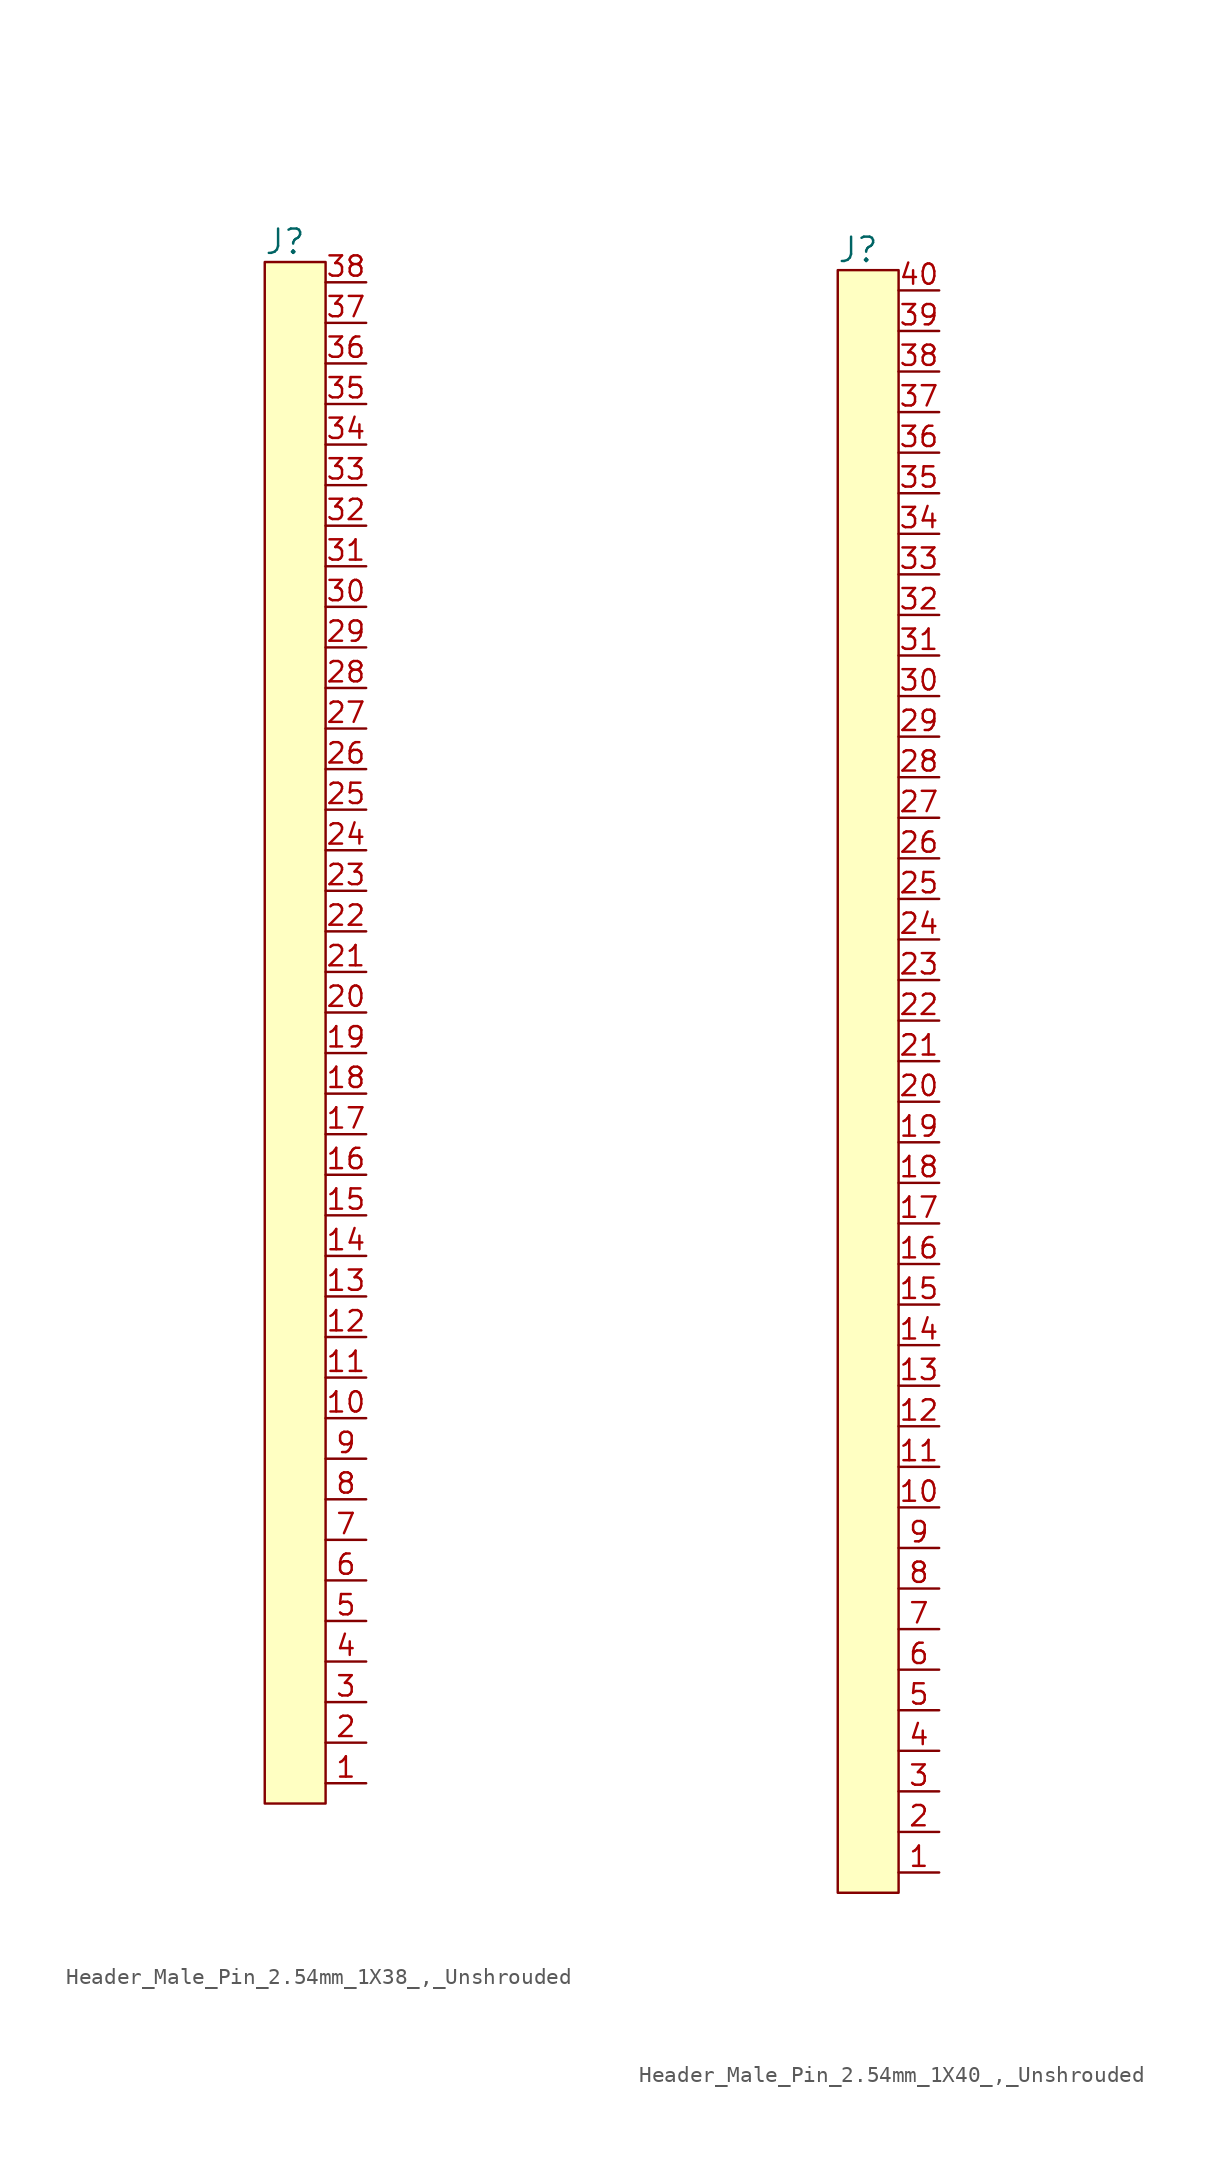
<source format=kicad_sym>
(kicad_symbol_lib
  (version 20220914)
  (generator kicad_symbol_editor)
  (symbol "Header_Male_Pin_2.54mm_1X38_,_Unshrouded"
    (pin_names
      (offset 0) hide)
    (property "Reference" "J"
      (at -2.54 96.52 0)
      (effects (font (size 1.524 1.524))))
    (symbol "Header_Male_Pin_2.54mm_1X38_,_Unshrouded_0_0"
      (rectangle (start -3.81 95.25) (end 0 -1.27) (stroke (width 0) (type default)) (fill (type background))))
    (symbol "Header_Male_Pin_2.54mm_1X38_,_Unshrouded_1_1"
      (pin passive line (at 2.54 0 180) (length 2.54) (name "~" (effects (font (size 1.016 1.016)))) (number "1" (effects (font (size 1.27 1.27)))))
      (pin passive line (at 2.54 22.86 180) (length 2.54) (name "~" (effects (font (size 1.27 1.27)))) (number "10" (effects (font (size 1.27 1.27)))))
      (pin passive line (at 2.54 25.4 180) (length 2.54) (name "~" (effects (font (size 1.27 1.27)))) (number "11" (effects (font (size 1.27 1.27)))))
      (pin passive line (at 2.54 27.94 180) (length 2.54) (name "~" (effects (font (size 1.27 1.27)))) (number "12" (effects (font (size 1.27 1.27)))))
      (pin passive line (at 2.54 30.48 180) (length 2.54) (name "~" (effects (font (size 1.27 1.27)))) (number "13" (effects (font (size 1.27 1.27)))))
      (pin passive line (at 2.54 33.02 180) (length 2.54) (name "~" (effects (font (size 1.27 1.27)))) (number "14" (effects (font (size 1.27 1.27)))))
      (pin passive line (at 2.54 35.56 180) (length 2.54) (name "~" (effects (font (size 1.27 1.27)))) (number "15" (effects (font (size 1.27 1.27)))))
      (pin passive line (at 2.54 38.1 180) (length 2.54) (name "~" (effects (font (size 1.27 1.27)))) (number "16" (effects (font (size 1.27 1.27)))))
      (pin passive line (at 2.54 40.64 180) (length 2.54) (name "~" (effects (font (size 1.27 1.27)))) (number "17" (effects (font (size 1.27 1.27)))))
      (pin passive line (at 2.54 43.18 180) (length 2.54) (name "~" (effects (font (size 1.27 1.27)))) (number "18" (effects (font (size 1.27 1.27)))))
      (pin passive line (at 2.54 45.72 180) (length 2.54) (name "~" (effects (font (size 1.27 1.27)))) (number "19" (effects (font (size 1.27 1.27)))))
      (pin passive line (at 2.54 2.54 180) (length 2.54) (name "~" (effects (font (size 1.27 1.27)))) (number "2" (effects (font (size 1.27 1.27)))))
      (pin passive line (at 2.54 48.26 180) (length 2.54) (name "~" (effects (font (size 1.27 1.27)))) (number "20" (effects (font (size 1.27 1.27)))))
      (pin passive line (at 2.54 50.8 180) (length 2.54) (name "~" (effects (font (size 1.27 1.27)))) (number "21" (effects (font (size 1.27 1.27)))))
      (pin passive line (at 2.54 53.34 180) (length 2.54) (name "~" (effects (font (size 1.27 1.27)))) (number "22" (effects (font (size 1.27 1.27)))))
      (pin passive line (at 2.54 55.88 180) (length 2.54) (name "~" (effects (font (size 1.27 1.27)))) (number "23" (effects (font (size 1.27 1.27)))))
      (pin passive line (at 2.54 58.42 180) (length 2.54) (name "~" (effects (font (size 1.27 1.27)))) (number "24" (effects (font (size 1.27 1.27)))))
      (pin passive line (at 2.54 60.96 180) (length 2.54) (name "~" (effects (font (size 1.27 1.27)))) (number "25" (effects (font (size 1.27 1.27)))))
      (pin passive line (at 2.54 63.5 180) (length 2.54) (name "~" (effects (font (size 1.27 1.27)))) (number "26" (effects (font (size 1.27 1.27)))))
      (pin passive line (at 2.54 66.04 180) (length 2.54) (name "~" (effects (font (size 1.27 1.27)))) (number "27" (effects (font (size 1.27 1.27)))))
      (pin passive line (at 2.54 68.58 180) (length 2.54) (name "~" (effects (font (size 1.27 1.27)))) (number "28" (effects (font (size 1.27 1.27)))))
      (pin passive line (at 2.54 71.12 180) (length 2.54) (name "~" (effects (font (size 1.27 1.27)))) (number "29" (effects (font (size 1.27 1.27)))))
      (pin passive line (at 2.54 5.08 180) (length 2.54) (name "~" (effects (font (size 1.27 1.27)))) (number "3" (effects (font (size 1.27 1.27)))))
      (pin passive line (at 2.54 73.66 180) (length 2.54) (name "~" (effects (font (size 1.27 1.27)))) (number "30" (effects (font (size 1.27 1.27)))))
      (pin passive line (at 2.54 76.2 180) (length 2.54) (name "~" (effects (font (size 1.27 1.27)))) (number "31" (effects (font (size 1.27 1.27)))))
      (pin passive line (at 2.54 78.74 180) (length 2.54) (name "~" (effects (font (size 1.27 1.27)))) (number "32" (effects (font (size 1.27 1.27)))))
      (pin passive line (at 2.54 81.28 180) (length 2.54) (name "~" (effects (font (size 1.27 1.27)))) (number "33" (effects (font (size 1.27 1.27)))))
      (pin passive line (at 2.54 83.82 180) (length 2.54) (name "~" (effects (font (size 1.27 1.27)))) (number "34" (effects (font (size 1.27 1.27)))))
      (pin passive line (at 2.54 86.36 180) (length 2.54) (name "~" (effects (font (size 1.27 1.27)))) (number "35" (effects (font (size 1.27 1.27)))))
      (pin passive line (at 2.54 88.9 180) (length 2.54) (name "~" (effects (font (size 1.27 1.27)))) (number "36" (effects (font (size 1.27 1.27)))))
      (pin passive line (at 2.54 91.44 180) (length 2.54) (name "~" (effects (font (size 1.27 1.27)))) (number "37" (effects (font (size 1.27 1.27)))))
      (pin passive line (at 2.54 93.98 180) (length 2.54) (name "~" (effects (font (size 1.27 1.27)))) (number "38" (effects (font (size 1.27 1.27)))))
      (pin passive line (at 2.54 7.62 180) (length 2.54) (name "~" (effects (font (size 1.27 1.27)))) (number "4" (effects (font (size 1.27 1.27)))))
      (pin passive line (at 2.54 10.16 180) (length 2.54) (name "~" (effects (font (size 1.27 1.27)))) (number "5" (effects (font (size 1.27 1.27)))))
      (pin passive line (at 2.54 12.7 180) (length 2.54) (name "~" (effects (font (size 1.27 1.27)))) (number "6" (effects (font (size 1.27 1.27)))))
      (pin passive line (at 2.54 15.24 180) (length 2.54) (name "~" (effects (font (size 1.27 1.27)))) (number "7" (effects (font (size 1.27 1.27)))))
      (pin passive line (at 2.54 17.78 180) (length 2.54) (name "~" (effects (font (size 1.27 1.27)))) (number "8" (effects (font (size 1.27 1.27)))))
      (pin passive line (at 2.54 20.32 180) (length 2.54) (name "~" (effects (font (size 1.27 1.27)))) (number "9" (effects (font (size 1.27 1.27)))))))
  (symbol "Header_Male_Pin_2.54mm_1X40_,_Unshrouded"
    (pin_names
      (offset 0) hide)
    (property "Reference" "J"
      (at -2.54 101.6 0)
      (effects (font (size 1.524 1.524))))
    (symbol "Header_Male_Pin_2.54mm_1X40_,_Unshrouded_0_0"
      (rectangle (start -3.81 100.33) (end 0 -1.27) (stroke (width 0) (type default)) (fill (type background))))
    (symbol "Header_Male_Pin_2.54mm_1X40_,_Unshrouded_1_1"
      (pin passive line (at 2.54 0 180) (length 2.54) (name "~" (effects (font (size 1.016 1.016)))) (number "1" (effects (font (size 1.27 1.27)))))
      (pin passive line (at 2.54 22.86 180) (length 2.54) (name "~" (effects (font (size 1.27 1.27)))) (number "10" (effects (font (size 1.27 1.27)))))
      (pin passive line (at 2.54 25.4 180) (length 2.54) (name "~" (effects (font (size 1.27 1.27)))) (number "11" (effects (font (size 1.27 1.27)))))
      (pin passive line (at 2.54 27.94 180) (length 2.54) (name "~" (effects (font (size 1.27 1.27)))) (number "12" (effects (font (size 1.27 1.27)))))
      (pin passive line (at 2.54 30.48 180) (length 2.54) (name "~" (effects (font (size 1.27 1.27)))) (number "13" (effects (font (size 1.27 1.27)))))
      (pin passive line (at 2.54 33.02 180) (length 2.54) (name "~" (effects (font (size 1.27 1.27)))) (number "14" (effects (font (size 1.27 1.27)))))
      (pin passive line (at 2.54 35.56 180) (length 2.54) (name "~" (effects (font (size 1.27 1.27)))) (number "15" (effects (font (size 1.27 1.27)))))
      (pin passive line (at 2.54 38.1 180) (length 2.54) (name "~" (effects (font (size 1.27 1.27)))) (number "16" (effects (font (size 1.27 1.27)))))
      (pin passive line (at 2.54 40.64 180) (length 2.54) (name "~" (effects (font (size 1.27 1.27)))) (number "17" (effects (font (size 1.27 1.27)))))
      (pin passive line (at 2.54 43.18 180) (length 2.54) (name "~" (effects (font (size 1.27 1.27)))) (number "18" (effects (font (size 1.27 1.27)))))
      (pin passive line (at 2.54 45.72 180) (length 2.54) (name "~" (effects (font (size 1.27 1.27)))) (number "19" (effects (font (size 1.27 1.27)))))
      (pin passive line (at 2.54 2.54 180) (length 2.54) (name "~" (effects (font (size 1.27 1.27)))) (number "2" (effects (font (size 1.27 1.27)))))
      (pin passive line (at 2.54 48.26 180) (length 2.54) (name "~" (effects (font (size 1.27 1.27)))) (number "20" (effects (font (size 1.27 1.27)))))
      (pin passive line (at 2.54 50.8 180) (length 2.54) (name "~" (effects (font (size 1.27 1.27)))) (number "21" (effects (font (size 1.27 1.27)))))
      (pin passive line (at 2.54 53.34 180) (length 2.54) (name "~" (effects (font (size 1.27 1.27)))) (number "22" (effects (font (size 1.27 1.27)))))
      (pin passive line (at 2.54 55.88 180) (length 2.54) (name "~" (effects (font (size 1.27 1.27)))) (number "23" (effects (font (size 1.27 1.27)))))
      (pin passive line (at 2.54 58.42 180) (length 2.54) (name "~" (effects (font (size 1.27 1.27)))) (number "24" (effects (font (size 1.27 1.27)))))
      (pin passive line (at 2.54 60.96 180) (length 2.54) (name "~" (effects (font (size 1.27 1.27)))) (number "25" (effects (font (size 1.27 1.27)))))
      (pin passive line (at 2.54 63.5 180) (length 2.54) (name "~" (effects (font (size 1.27 1.27)))) (number "26" (effects (font (size 1.27 1.27)))))
      (pin passive line (at 2.54 66.04 180) (length 2.54) (name "~" (effects (font (size 1.27 1.27)))) (number "27" (effects (font (size 1.27 1.27)))))
      (pin passive line (at 2.54 68.58 180) (length 2.54) (name "~" (effects (font (size 1.27 1.27)))) (number "28" (effects (font (size 1.27 1.27)))))
      (pin passive line (at 2.54 71.12 180) (length 2.54) (name "~" (effects (font (size 1.27 1.27)))) (number "29" (effects (font (size 1.27 1.27)))))
      (pin passive line (at 2.54 5.08 180) (length 2.54) (name "~" (effects (font (size 1.27 1.27)))) (number "3" (effects (font (size 1.27 1.27)))))
      (pin passive line (at 2.54 73.66 180) (length 2.54) (name "~" (effects (font (size 1.27 1.27)))) (number "30" (effects (font (size 1.27 1.27)))))
      (pin passive line (at 2.54 76.2 180) (length 2.54) (name "~" (effects (font (size 1.27 1.27)))) (number "31" (effects (font (size 1.27 1.27)))))
      (pin passive line (at 2.54 78.74 180) (length 2.54) (name "~" (effects (font (size 1.27 1.27)))) (number "32" (effects (font (size 1.27 1.27)))))
      (pin passive line (at 2.54 81.28 180) (length 2.54) (name "~" (effects (font (size 1.27 1.27)))) (number "33" (effects (font (size 1.27 1.27)))))
      (pin passive line (at 2.54 83.82 180) (length 2.54) (name "~" (effects (font (size 1.27 1.27)))) (number "34" (effects (font (size 1.27 1.27)))))
      (pin passive line (at 2.54 86.36 180) (length 2.54) (name "~" (effects (font (size 1.27 1.27)))) (number "35" (effects (font (size 1.27 1.27)))))
      (pin passive line (at 2.54 88.9 180) (length 2.54) (name "~" (effects (font (size 1.27 1.27)))) (number "36" (effects (font (size 1.27 1.27)))))
      (pin passive line (at 2.54 91.44 180) (length 2.54) (name "~" (effects (font (size 1.27 1.27)))) (number "37" (effects (font (size 1.27 1.27)))))
      (pin passive line (at 2.54 93.98 180) (length 2.54) (name "~" (effects (font (size 1.27 1.27)))) (number "38" (effects (font (size 1.27 1.27)))))
      (pin passive line (at 2.54 96.52 180) (length 2.54) (name "~" (effects (font (size 1.27 1.27)))) (number "39" (effects (font (size 1.27 1.27)))))
      (pin passive line (at 2.54 7.62 180) (length 2.54) (name "~" (effects (font (size 1.27 1.27)))) (number "4" (effects (font (size 1.27 1.27)))))
      (pin passive line (at 2.54 99.06 180) (length 2.54) (name "~" (effects (font (size 1.27 1.27)))) (number "40" (effects (font (size 1.27 1.27)))))
      (pin passive line (at 2.54 10.16 180) (length 2.54) (name "~" (effects (font (size 1.27 1.27)))) (number "5" (effects (font (size 1.27 1.27)))))
      (pin passive line (at 2.54 12.7 180) (length 2.54) (name "~" (effects (font (size 1.27 1.27)))) (number "6" (effects (font (size 1.27 1.27)))))
      (pin passive line (at 2.54 15.24 180) (length 2.54) (name "~" (effects (font (size 1.27 1.27)))) (number "7" (effects (font (size 1.27 1.27)))))
      (pin passive line (at 2.54 17.78 180) (length 2.54) (name "~" (effects (font (size 1.27 1.27)))) (number "8" (effects (font (size 1.27 1.27)))))
      (pin passive line (at 2.54 20.32 180) (length 2.54) (name "~" (effects (font (size 1.27 1.27)))) (number "9" (effects (font (size 1.27 1.27))))))))
</source>
